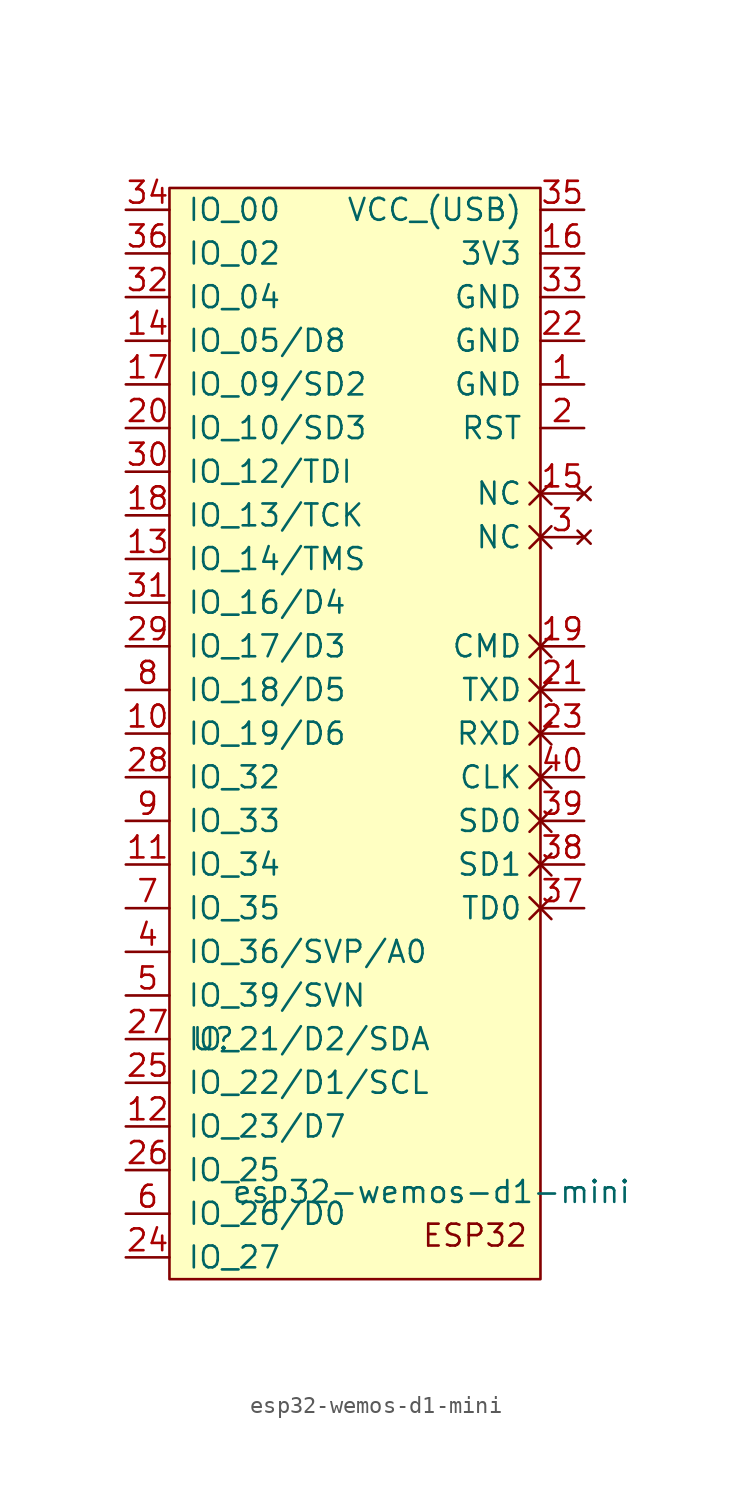
<source format=kicad_sym>
(kicad_symbol_lib
  (version 20211014)
  (generator kicad_symbol_editor)
  (symbol "esp32-wemos-d1-mini"
    (pin_names
      (offset 1.016))
    (property "Reference" "U"
      (at -7.62 -50.8 0)
      (effects (font (size 1.27 1.27))))
    (property "Value" "esp32-wemos-d1-mini"
      (at 5.08 -59.69 0)
      (effects (font (size 1.27 1.27))))
    (symbol "esp32-wemos-d1-mini_0_0"
      (text "ESP32" (at 7.62 -62.23 0) (effects (font (size 1.27 1.27))))
      (pin power_in line (at 13.97 -12.7 180) (length 2.54) (name "GND" (effects (font (size 1.27 1.27)))) (number "1" (effects (font (size 1.27 1.27)))))
      (pin input line (at 13.97 -15.24 180) (length 2.54) (name "RST" (effects (font (size 1.27 1.27)))) (number "2" (effects (font (size 1.27 1.27)))))
      (pin no_connect non_logic (at 13.97 -21.59 180) (length 2.54) (name "NC" (effects (font (size 1.27 1.27)))) (number "3" (effects (font (size 1.27 1.27)))))
      (pin bidirectional line (at -12.7 -45.72 0) (length 2.54) (name "IO_36/SVP/A0" (effects (font (size 1.27 1.27)))) (number "4" (effects (font (size 1.27 1.27)))))
      (pin bidirectional line (at -12.7 -48.26 0) (length 2.54) (name "IO_39/SVN" (effects (font (size 1.27 1.27)))) (number "5" (effects (font (size 1.27 1.27))))))
    (symbol "esp32-wemos-d1-mini_0_1"
      (rectangle (start -10.16 -1.27) (end 11.43 -64.77) (stroke (width 0) (type default) (color 0 0 0 0)) (fill (type background))))
    (symbol "esp32-wemos-d1-mini_1_1"
      (pin bidirectional line (at -12.7 -33.02 0) (length 2.54) (name "IO_19/D6" (effects (font (size 1.27 1.27)))) (number "10" (effects (font (size 1.27 1.27)))))
      (pin bidirectional line (at -12.7 -40.64 0) (length 2.54) (name "IO_34" (effects (font (size 1.27 1.27)))) (number "11" (effects (font (size 1.27 1.27)))))
      (pin bidirectional line (at -12.7 -55.88 0) (length 2.54) (name "IO_23/D7" (effects (font (size 1.27 1.27)))) (number "12" (effects (font (size 1.27 1.27)))))
      (pin bidirectional line (at -12.7 -22.86 0) (length 2.54) (name "IO_14/TMS" (effects (font (size 1.27 1.27)))) (number "13" (effects (font (size 1.27 1.27)))))
      (pin bidirectional line (at -12.7 -10.16 0) (length 2.54) (name "IO_05/D8" (effects (font (size 1.27 1.27)))) (number "14" (effects (font (size 1.27 1.27)))))
      (pin no_connect non_logic (at 13.97 -19.05 180) (length 2.54) (name "NC" (effects (font (size 1.27 1.27)))) (number "15" (effects (font (size 1.27 1.27)))))
      (pin power_in line (at 13.97 -5.08 180) (length 2.54) (name "3V3" (effects (font (size 1.27 1.27)))) (number "16" (effects (font (size 1.27 1.27)))))
      (pin bidirectional line (at -12.7 -12.7 0) (length 2.54) (name "IO_09/SD2" (effects (font (size 1.27 1.27)))) (number "17" (effects (font (size 1.27 1.27)))))
      (pin bidirectional line (at -12.7 -20.32 0) (length 2.54) (name "IO_13/TCK" (effects (font (size 1.27 1.27)))) (number "18" (effects (font (size 1.27 1.27)))))
      (pin passive non_logic (at 13.97 -27.94 180) (length 2.54) (name "CMD" (effects (font (size 1.27 1.27)))) (number "19" (effects (font (size 1.27 1.27)))))
      (pin bidirectional line (at -12.7 -15.24 0) (length 2.54) (name "IO_10/SD3" (effects (font (size 1.27 1.27)))) (number "20" (effects (font (size 1.27 1.27)))))
      (pin passive non_logic (at 13.97 -30.48 180) (length 2.54) (name "TXD" (effects (font (size 1.27 1.27)))) (number "21" (effects (font (size 1.27 1.27)))))
      (pin power_in line (at 13.97 -10.16 180) (length 2.54) (name "GND" (effects (font (size 1.27 1.27)))) (number "22" (effects (font (size 1.27 1.27)))))
      (pin passive non_logic (at 13.97 -33.02 180) (length 2.54) (name "RXD" (effects (font (size 1.27 1.27)))) (number "23" (effects (font (size 1.27 1.27)))))
      (pin bidirectional line (at -12.7 -63.5 0) (length 2.54) (name "IO_27" (effects (font (size 1.27 1.27)))) (number "24" (effects (font (size 1.27 1.27)))))
      (pin bidirectional line (at -12.7 -53.34 0) (length 2.54) (name "IO_22/D1/SCL" (effects (font (size 1.27 1.27)))) (number "25" (effects (font (size 1.27 1.27)))))
      (pin bidirectional line (at -12.7 -58.42 0) (length 2.54) (name "IO_25" (effects (font (size 1.27 1.27)))) (number "26" (effects (font (size 1.27 1.27)))))
      (pin bidirectional line (at -12.7 -50.8 0) (length 2.54) (name "IO_21/D2/SDA" (effects (font (size 1.27 1.27)))) (number "27" (effects (font (size 1.27 1.27)))))
      (pin bidirectional line (at -12.7 -35.56 0) (length 2.54) (name "IO_32" (effects (font (size 1.27 1.27)))) (number "28" (effects (font (size 1.27 1.27)))))
      (pin bidirectional line (at -12.7 -27.94 0) (length 2.54) (name "IO_17/D3" (effects (font (size 1.27 1.27)))) (number "29" (effects (font (size 1.27 1.27)))))
      (pin bidirectional line (at -12.7 -17.78 0) (length 2.54) (name "IO_12/TDI" (effects (font (size 1.27 1.27)))) (number "30" (effects (font (size 1.27 1.27)))))
      (pin bidirectional line (at -12.7 -25.4 0) (length 2.54) (name "IO_16/D4" (effects (font (size 1.27 1.27)))) (number "31" (effects (font (size 1.27 1.27)))))
      (pin bidirectional line (at -12.7 -7.62 0) (length 2.54) (name "IO_04" (effects (font (size 1.27 1.27)))) (number "32" (effects (font (size 1.27 1.27)))))
      (pin power_in line (at 13.97 -7.62 180) (length 2.54) (name "GND" (effects (font (size 1.27 1.27)))) (number "33" (effects (font (size 1.27 1.27)))))
      (pin bidirectional line (at -12.7 -2.54 0) (length 2.54) (name "IO_00" (effects (font (size 1.27 1.27)))) (number "34" (effects (font (size 1.27 1.27)))))
      (pin power_in line (at 13.97 -2.54 180) (length 2.54) (name "VCC_(USB)" (effects (font (size 1.27 1.27)))) (number "35" (effects (font (size 1.27 1.27)))))
      (pin bidirectional line (at -12.7 -5.08 0) (length 2.54) (name "IO_02" (effects (font (size 1.27 1.27)))) (number "36" (effects (font (size 1.27 1.27)))))
      (pin passive non_logic (at 13.97 -43.18 180) (length 2.54) (name "TD0" (effects (font (size 1.27 1.27)))) (number "37" (effects (font (size 1.27 1.27)))))
      (pin passive non_logic (at 13.97 -40.64 180) (length 2.54) (name "SD1" (effects (font (size 1.27 1.27)))) (number "38" (effects (font (size 1.27 1.27)))))
      (pin passive non_logic (at 13.97 -38.1 180) (length 2.54) (name "SD0" (effects (font (size 1.27 1.27)))) (number "39" (effects (font (size 1.27 1.27)))))
      (pin passive non_logic (at 13.97 -35.56 180) (length 2.54) (name "CLK" (effects (font (size 1.27 1.27)))) (number "40" (effects (font (size 1.27 1.27)))))
      (pin bidirectional line (at -12.7 -60.96 0) (length 2.54) (name "IO_26/D0" (effects (font (size 1.27 1.27)))) (number "6" (effects (font (size 1.27 1.27)))))
      (pin bidirectional line (at -12.7 -43.18 0) (length 2.54) (name "IO_35" (effects (font (size 1.27 1.27)))) (number "7" (effects (font (size 1.27 1.27)))))
      (pin bidirectional line (at -12.7 -30.48 0) (length 2.54) (name "IO_18/D5" (effects (font (size 1.27 1.27)))) (number "8" (effects (font (size 1.27 1.27)))))
      (pin bidirectional line (at -12.7 -38.1 0) (length 2.54) (name "IO_33" (effects (font (size 1.27 1.27)))) (number "9" (effects (font (size 1.27 1.27))))))))
</source>
